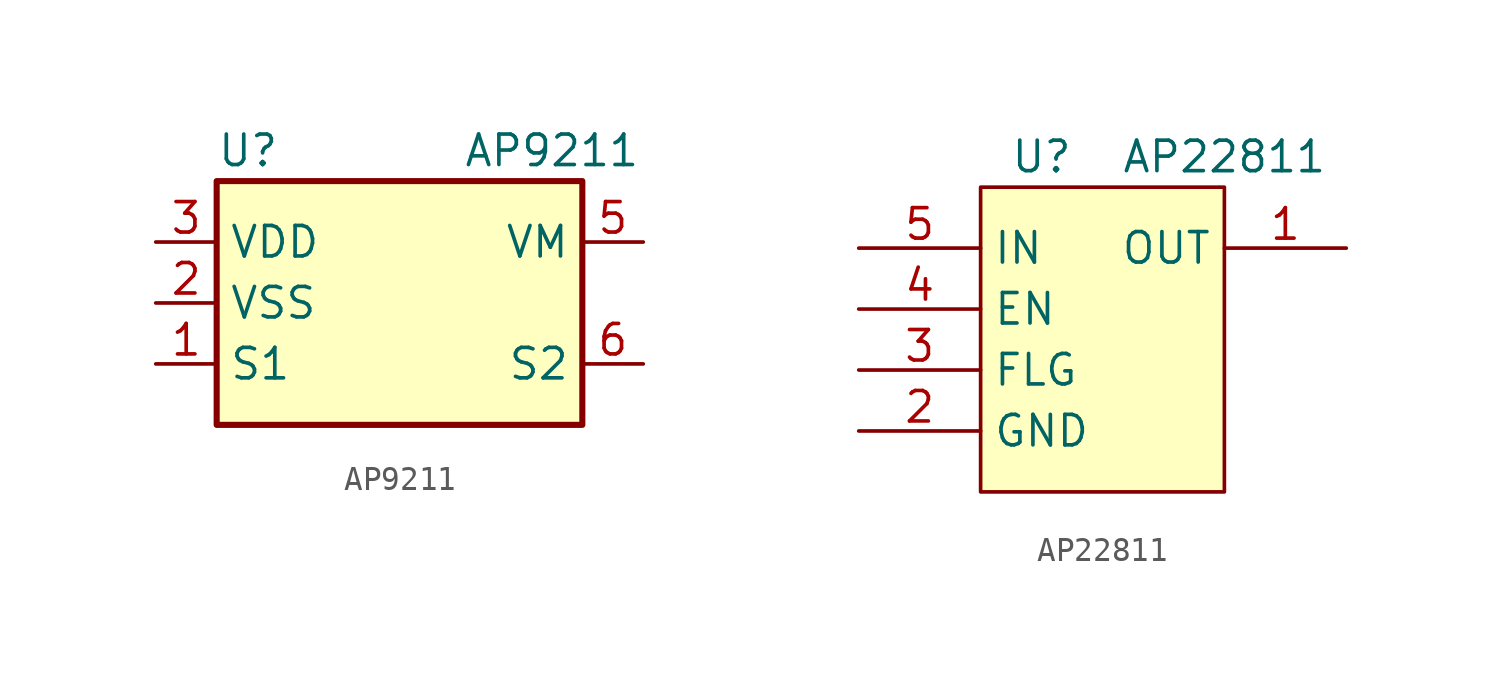
<source format=kicad_sym>
(kicad_symbol_lib
  (version 20210619)
  (generator kicad_symbol_editor)
  (symbol "diodes:AP9211"
    (property "Reference" "U"
      (at -7.62 6.35 0)
      (effects (font (size 1.27 1.27)) (justify left)))
    (property "Value" "AP9211"
      (at 6.35 6.35 0)
      (effects (font (size 1.27 1.27))))
    (symbol "AP9211_0_1"
      (rectangle (start -7.62 5.08) (end 7.62 -5.08) (stroke (width 0.254)) (fill (type background))))
    (symbol "AP9211_1_1"
      (pin output line (at -10.16 -2.54 0) (length 2.54) (name "S1" (effects (font (size 1.27 1.27)))) (number "1" (effects (font (size 1.27 1.27)))))
      (pin power_in line (at -10.16 0 0) (length 2.54) (name "VSS" (effects (font (size 1.27 1.27)))) (number "2" (effects (font (size 1.27 1.27)))))
      (pin power_in line (at -10.16 2.54 0) (length 2.54) (name "VDD" (effects (font (size 1.27 1.27)))) (number "3" (effects (font (size 1.27 1.27)))))
      (pin passive line (at 10.16 2.54 180) (length 2.54) (name "VM" (effects (font (size 1.27 1.27)))) (number "5" (effects (font (size 1.27 1.27)))))
      (pin output line (at 10.16 -2.54 180) (length 2.54) (name "S2" (effects (font (size 1.27 1.27)))) (number "6" (effects (font (size 1.27 1.27)))))))
  (symbol "diodes:AP22811"
    (property "Reference" "U"
      (at -2.54 1.27 0)
      (effects (font (size 1.27 1.27))))
    (property "Value" "AP22811"
      (at 5.08 1.27 0)
      (effects (font (size 1.27 1.27))))
    (symbol "AP22811_0_1"
      (rectangle (start -5.08 0) (end 5.08 -12.7) (stroke (width 0.152)) (fill (type background))))
    (symbol "AP22811_1_1"
      (pin input line (at 10.16 -2.54 180) (length 5.08) (name "OUT" (effects (font (size 1.27 1.27)))) (number "1" (effects (font (size 1.27 1.27)))))
      (pin input line (at -10.16 -10.16 0) (length 5.08) (name "GND" (effects (font (size 1.27 1.27)))) (number "2" (effects (font (size 1.27 1.27)))))
      (pin input line (at -10.16 -7.62 0) (length 5.08) (name "FLG" (effects (font (size 1.27 1.27)))) (number "3" (effects (font (size 1.27 1.27)))))
      (pin input line (at -10.16 -5.08 0) (length 5.08) (name "EN" (effects (font (size 1.27 1.27)))) (number "4" (effects (font (size 1.27 1.27)))))
      (pin input line (at -10.16 -2.54 0) (length 5.08) (name "IN" (effects (font (size 1.27 1.27)))) (number "5" (effects (font (size 1.27 1.27))))))))
</source>
